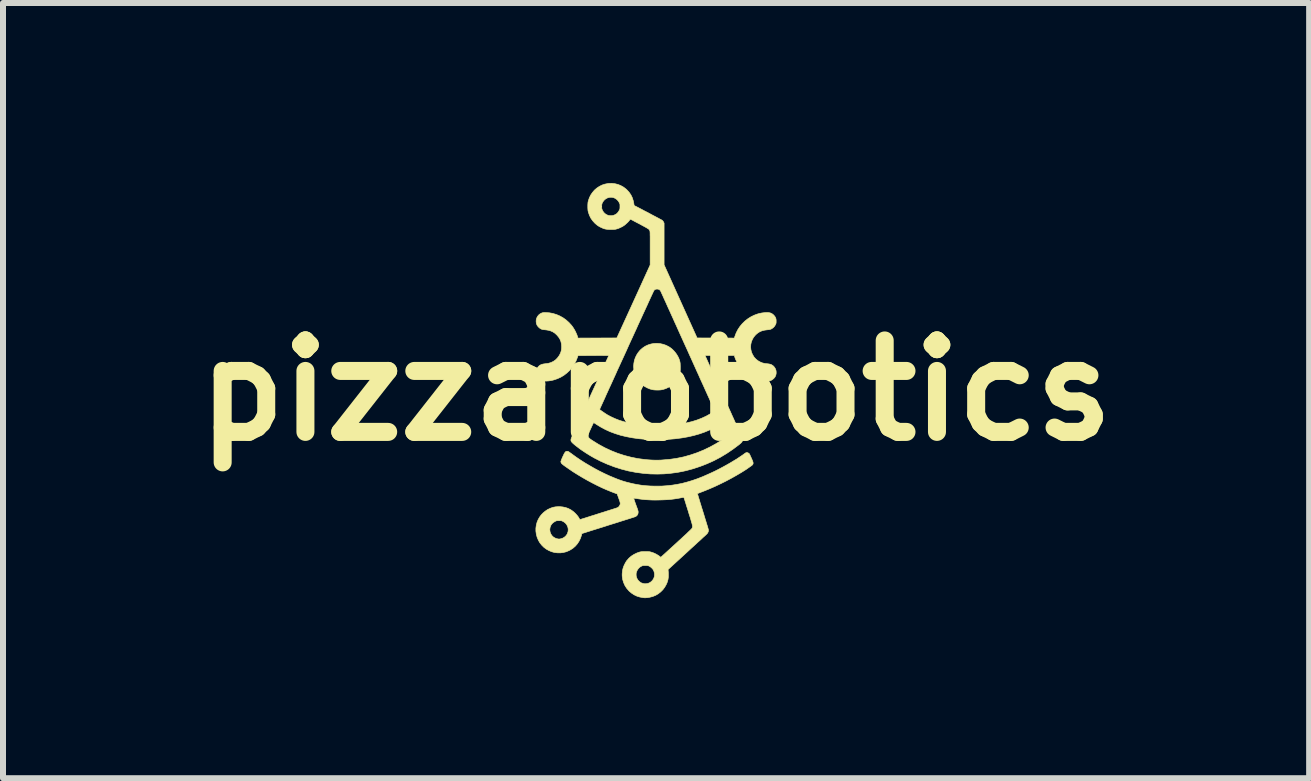
<source format=kicad_pcb>
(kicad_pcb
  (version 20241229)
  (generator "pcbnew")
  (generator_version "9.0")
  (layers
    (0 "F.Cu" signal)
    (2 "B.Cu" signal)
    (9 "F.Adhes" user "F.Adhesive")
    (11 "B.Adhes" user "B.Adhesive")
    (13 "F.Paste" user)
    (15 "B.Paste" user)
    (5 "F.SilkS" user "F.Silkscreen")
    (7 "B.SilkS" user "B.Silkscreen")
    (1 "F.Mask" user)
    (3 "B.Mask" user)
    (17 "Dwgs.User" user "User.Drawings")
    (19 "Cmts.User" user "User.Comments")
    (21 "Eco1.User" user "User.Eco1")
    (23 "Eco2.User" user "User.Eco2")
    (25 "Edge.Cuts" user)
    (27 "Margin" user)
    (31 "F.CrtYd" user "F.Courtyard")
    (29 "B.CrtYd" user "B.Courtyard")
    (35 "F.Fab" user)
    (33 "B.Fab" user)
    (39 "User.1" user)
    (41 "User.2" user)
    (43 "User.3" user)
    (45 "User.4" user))
  (footprint "pizzarobotics"
    (layer "F.Cu")
    (at 7.881 3.457)
    (property "Reference" "pizzarobotics" (at 0 0 0) (layer "F.SilkS") (effects (font (size 1.524 1.524) (thickness 0.3))))
    (attr through_hole)
    (fp_poly (pts (xy 0.066 -0.782) (xy 0.116 -0.771) (xy 0.166 -0.754) (xy 0.213 -0.73) (xy 0.229 -0.72) (xy 0.26 -0.697) (xy 0.29 -0.669) (xy 0.319 -0.636) (xy 0.344 -0.602) (xy 0.365 -0.566) (xy 0.376 -0.544) (xy 0.386 -0.519) (xy 0.393 -0.498) (xy 0.398 -0.478) (xy 0.402 -0.457) (xy 0.403 -0.433) (xy 0.404 -0.405) (xy 0.404 -0.388) (xy 0.404 -0.364) (xy 0.404 -0.345) (xy 0.403 -0.331) (xy 0.402 -0.319) (xy 0.4 -0.309) (xy 0.397 -0.298) (xy 0.394 -0.288) (xy 0.375 -0.237) (xy 0.351 -0.19) (xy 0.321 -0.147) (xy 0.286 -0.11) (xy 0.246 -0.077) (xy 0.201 -0.05) (xy 0.198 -0.049) (xy 0.161 -0.032) (xy 0.121 -0.019) (xy 0.083 -0.011) (xy 0.063 -0.009) (xy 0.039 -0.008) (xy 0.012 -0.008) (xy -0.015 -0.009) (xy -0.038 -0.011) (xy -0.05 -0.013) (xy -0.1 -0.025) (xy -0.148 -0.045) (xy -0.194 -0.07) (xy -0.236 -0.102) (xy -0.274 -0.138) (xy -0.295 -0.163) (xy -0.317 -0.198) (xy -0.337 -0.237) (xy -0.353 -0.279) (xy -0.356 -0.29) (xy 0.034 -0.29) (xy 0.04 -0.266) (xy 0.052 -0.244) (xy 0.062 -0.233) (xy 0.082 -0.217) (xy 0.105 -0.206) (xy 0.13 -0.203) (xy 0.154 -0.206) (xy 0.169 -0.212) (xy 0.188 -0.224) (xy 0.205 -0.242) (xy 0.217 -0.263) (xy 0.224 -0.285) (xy 0.225 -0.298) (xy 0.222 -0.319) (xy 0.213 -0.341) (xy 0.199 -0.36) (xy 0.197 -0.363) (xy 0.18 -0.377) (xy 0.164 -0.386) (xy 0.146 -0.391) (xy 0.13 -0.392) (xy 0.104 -0.388) (xy 0.08 -0.379) (xy 0.06 -0.363) (xy 0.057 -0.359) (xy 0.042 -0.337) (xy 0.035 -0.314) (xy 0.034 -0.29) (xy -0.356 -0.29) (xy -0.365 -0.323) (xy -0.37 -0.35) (xy -0.374 -0.4) (xy -0.37 -0.451) (xy -0.361 -0.5) (xy -0.345 -0.548) (xy -0.323 -0.593) (xy -0.296 -0.635) (xy -0.264 -0.673) (xy -0.227 -0.706) (xy -0.223 -0.709) (xy -0.18 -0.738) (xy -0.133 -0.76) (xy -0.085 -0.775) (xy -0.035 -0.784) (xy 0.015 -0.786) (xy 0.066 -0.782)) (stroke (width 0.01) (type solid)) (fill yes) (layer "F.SilkS"))
    (fp_poly (pts (xy -1.475 1.013) (xy -1.469 1.013) (xy -1.463 1.016) (xy -1.456 1.02) (xy -1.446 1.026) (xy -1.433 1.036) (xy -1.415 1.048) (xy -1.402 1.058) (xy -1.332 1.109) (xy -1.258 1.159) (xy -1.181 1.208) (xy -1.101 1.255) (xy -1.021 1.301) (xy -0.94 1.344) (xy -0.859 1.384) (xy -0.779 1.421) (xy -0.7 1.454) (xy -0.625 1.484) (xy -0.552 1.509) (xy -0.484 1.529) (xy -0.475 1.531) (xy -0.394 1.551) (xy -0.318 1.566) (xy -0.244 1.578) (xy -0.169 1.586) (xy -0.093 1.591) (xy -0.013 1.593) (xy 0.011 1.593) (xy 0.098 1.592) (xy 0.183 1.586) (xy 0.267 1.577) (xy 0.349 1.564) (xy 0.431 1.548) (xy 0.515 1.526) (xy 0.599 1.501) (xy 0.686 1.471) (xy 0.776 1.436) (xy 0.869 1.395) (xy 0.929 1.368) (xy 0.988 1.34) (xy 1.049 1.309) (xy 1.111 1.276) (xy 1.173 1.242) (xy 1.233 1.208) (xy 1.291 1.173) (xy 1.346 1.14) (xy 1.395 1.107) (xy 1.44 1.077) (xy 1.442 1.075) (xy 1.462 1.061) (xy 1.477 1.05) (xy 1.487 1.043) (xy 1.495 1.038) (xy 1.501 1.036) (xy 1.506 1.034) (xy 1.511 1.034) (xy 1.512 1.034) (xy 1.527 1.036) (xy 1.541 1.043) (xy 1.552 1.051) (xy 1.554 1.054) (xy 1.557 1.059) (xy 1.563 1.07) (xy 1.57 1.086) (xy 1.578 1.104) (xy 1.588 1.125) (xy 1.589 1.127) (xy 1.601 1.155) (xy 1.61 1.177) (xy 1.616 1.195) (xy 1.618 1.21) (xy 1.616 1.222) (xy 1.611 1.232) (xy 1.602 1.243) (xy 1.588 1.254) (xy 1.572 1.265) (xy 1.501 1.315) (xy 1.423 1.364) (xy 1.34 1.413) (xy 1.253 1.462) (xy 1.163 1.51) (xy 1.072 1.555) (xy 0.979 1.599) (xy 0.887 1.639) (xy 0.796 1.676) (xy 0.757 1.691) (xy 0.736 1.699) (xy 0.718 1.706) (xy 0.704 1.712) (xy 0.694 1.716) (xy 0.69 1.719) (xy 0.69 1.719) (xy 0.691 1.723) (xy 0.694 1.733) (xy 0.699 1.749) (xy 0.705 1.771) (xy 0.713 1.797) (xy 0.723 1.828) (xy 0.733 1.863) (xy 0.745 1.901) (xy 0.757 1.942) (xy 0.771 1.985) (xy 0.78 2.014) (xy 0.794 2.059) (xy 0.807 2.102) (xy 0.819 2.142) (xy 0.831 2.18) (xy 0.841 2.214) (xy 0.851 2.245) (xy 0.859 2.271) (xy 0.865 2.292) (xy 0.869 2.307) (xy 0.872 2.317) (xy 0.873 2.319) (xy 0.873 2.336) (xy 0.869 2.355) (xy 0.86 2.372) (xy 0.852 2.384) (xy 0.848 2.388) (xy 0.839 2.397) (xy 0.825 2.41) (xy 0.807 2.427) (xy 0.784 2.447) (xy 0.759 2.471) (xy 0.73 2.498) (xy 0.697 2.527) (xy 0.663 2.559) (xy 0.626 2.593) (xy 0.587 2.628) (xy 0.547 2.665) (xy 0.52 2.69) (xy 0.2 2.983) (xy 0.202 3) (xy 0.203 3.01) (xy 0.204 3.025) (xy 0.205 3.044) (xy 0.205 3.065) (xy 0.205 3.073) (xy 0.205 3.097) (xy 0.204 3.116) (xy 0.202 3.131) (xy 0.2 3.145) (xy 0.197 3.159) (xy 0.196 3.16) (xy 0.184 3.201) (xy 0.167 3.238) (xy 0.146 3.274) (xy 0.146 3.275) (xy 0.114 3.318) (xy 0.077 3.355) (xy 0.036 3.387) (xy -0.008 3.413) (xy -0.056 3.432) (xy -0.107 3.445) (xy -0.144 3.451) (xy -0.161 3.452) (xy -0.174 3.453) (xy -0.184 3.454) (xy -0.187 3.454) (xy -0.192 3.453) (xy -0.202 3.452) (xy -0.216 3.451) (xy -0.219 3.45) (xy -0.27 3.441) (xy -0.319 3.426) (xy -0.365 3.404) (xy -0.409 3.375) (xy -0.448 3.342) (xy -0.456 3.333) (xy -0.491 3.292) (xy -0.519 3.248) (xy -0.54 3.201) (xy -0.555 3.152) (xy -0.563 3.102) (xy -0.564 3.074) (xy -0.332 3.074) (xy -0.328 3.104) (xy -0.317 3.132) (xy -0.301 3.159) (xy -0.28 3.181) (xy -0.255 3.2) (xy -0.245 3.205) (xy -0.215 3.215) (xy -0.186 3.22) (xy -0.156 3.218) (xy -0.132 3.213) (xy -0.106 3.202) (xy -0.081 3.185) (xy -0.059 3.163) (xy -0.042 3.137) (xy -0.039 3.131) (xy -0.029 3.103) (xy -0.025 3.073) (xy -0.027 3.042) (xy -0.035 3.012) (xy -0.046 2.988) (xy -0.058 2.971) (xy -0.075 2.954) (xy -0.093 2.939) (xy -0.112 2.927) (xy -0.115 2.925) (xy -0.125 2.921) (xy -0.134 2.918) (xy -0.144 2.917) (xy -0.157 2.916) (xy -0.175 2.916) (xy -0.178 2.916) (xy -0.196 2.916) (xy -0.21 2.916) (xy -0.22 2.918) (xy -0.229 2.92) (xy -0.239 2.925) (xy -0.244 2.927) (xy -0.272 2.944) (xy -0.295 2.967) (xy -0.313 2.994) (xy -0.326 3.024) (xy -0.331 3.044) (xy -0.332 3.074) (xy -0.564 3.074) (xy -0.564 3.05) (xy -0.558 2.997) (xy -0.551 2.966) (xy -0.544 2.944) (xy -0.534 2.918) (xy -0.521 2.891) (xy -0.507 2.865) (xy -0.493 2.842) (xy -0.487 2.834) (xy -0.452 2.794) (xy -0.413 2.76) (xy -0.368 2.731) (xy -0.319 2.707) (xy -0.281 2.694) (xy -0.269 2.69) (xy -0.258 2.688) (xy -0.248 2.686) (xy -0.235 2.685) (xy -0.22 2.684) (xy -0.2 2.684) (xy -0.181 2.684) (xy -0.155 2.684) (xy -0.135 2.684) (xy -0.12 2.685) (xy -0.107 2.686) (xy -0.095 2.689) (xy -0.089 2.69) (xy -0.043 2.705) (xy -0.000131 2.725) (xy 0.039 2.748) (xy 0.06 2.763) (xy 0.079 2.779) (xy 0.337 2.544) (xy 0.381 2.503) (xy 0.421 2.467) (xy 0.455 2.435) (xy 0.486 2.407) (xy 0.512 2.383) (xy 0.533 2.362) (xy 0.552 2.344) (xy 0.567 2.33) (xy 0.579 2.318) (xy 0.588 2.309) (xy 0.594 2.302) (xy 0.598 2.297) (xy 0.601 2.293) (xy 0.601 2.293) (xy 0.603 2.287) (xy 0.605 2.281) (xy 0.607 2.274) (xy 0.607 2.267) (xy 0.607 2.258) (xy 0.605 2.248) (xy 0.603 2.234) (xy 0.599 2.218) (xy 0.593 2.198) (xy 0.586 2.174) (xy 0.578 2.145) (xy 0.568 2.111) (xy 0.555 2.072) (xy 0.541 2.026) (xy 0.536 2.009) (xy 0.524 1.97) (xy 0.512 1.933) (xy 0.501 1.898) (xy 0.492 1.867) (xy 0.483 1.84) (xy 0.476 1.817) (xy 0.47 1.799) (xy 0.466 1.786) (xy 0.464 1.78) (xy 0.463 1.779) (xy 0.46 1.78) (xy 0.45 1.781) (xy 0.436 1.783) (xy 0.419 1.787) (xy 0.419 1.787) (xy 0.359 1.798) (xy 0.3 1.807) (xy 0.241 1.814) (xy 0.18 1.819) (xy 0.114 1.822) (xy 0.05 1.824) (xy -0.015 1.825) (xy -0.074 1.824) (xy -0.13 1.821) (xy -0.184 1.818) (xy -0.237 1.812) (xy -0.291 1.805) (xy -0.326 1.799) (xy -0.343 1.797) (xy -0.358 1.795) (xy -0.368 1.794) (xy -0.373 1.794) (xy -0.373 1.794) (xy -0.372 1.798) (xy -0.369 1.807) (xy -0.364 1.822) (xy -0.358 1.841) (xy -0.35 1.864) (xy -0.341 1.889) (xy -0.336 1.903) (xy -0.325 1.933) (xy -0.316 1.957) (xy -0.309 1.976) (xy -0.305 1.991) (xy -0.301 2.002) (xy -0.299 2.011) (xy -0.298 2.019) (xy -0.298 2.025) (xy -0.298 2.032) (xy -0.298 2.033) (xy -0.302 2.056) (xy -0.312 2.075) (xy -0.327 2.091) (xy -0.349 2.103) (xy -0.357 2.106) (xy -0.364 2.108) (xy -0.376 2.112) (xy -0.394 2.118) (xy -0.417 2.125) (xy -0.443 2.134) (xy -0.473 2.143) (xy -0.505 2.153) (xy -0.533 2.162) (xy -0.588 2.179) (xy -0.643 2.197) (xy -0.698 2.214) (xy -0.753 2.231) (xy -0.807 2.248) (xy -0.859 2.265) (xy -0.91 2.281) (xy -0.958 2.296) (xy -1.003 2.31) (xy -1.045 2.323) (xy -1.084 2.335) (xy -1.117 2.346) (xy -1.147 2.355) (xy -1.17 2.363) (xy -1.189 2.369) (xy -1.2 2.372) (xy -1.203 2.373) (xy -1.236 2.384) (xy -1.243 2.414) (xy -1.26 2.464) (xy -1.283 2.511) (xy -1.311 2.554) (xy -1.345 2.593) (xy -1.384 2.627) (xy -1.427 2.655) (xy -1.45 2.667) (xy -1.498 2.687) (xy -1.547 2.699) (xy -1.596 2.705) (xy -1.646 2.704) (xy -1.694 2.698) (xy -1.741 2.685) (xy -1.786 2.666) (xy -1.829 2.642) (xy -1.869 2.612) (xy -1.904 2.577) (xy -1.936 2.537) (xy -1.962 2.492) (xy -1.962 2.491) (xy -1.982 2.443) (xy -1.995 2.394) (xy -2.002 2.343) (xy -2.002 2.311) (xy -1.77 2.311) (xy -1.77 2.33) (xy -1.764 2.362) (xy -1.752 2.391) (xy -1.735 2.417) (xy -1.713 2.439) (xy -1.686 2.456) (xy -1.657 2.468) (xy -1.625 2.474) (xy -1.619 2.474) (xy -1.609 2.474) (xy -1.596 2.472) (xy -1.582 2.469) (xy -1.553 2.459) (xy -1.526 2.443) (xy -1.503 2.422) (xy -1.484 2.397) (xy -1.478 2.385) (xy -1.467 2.354) (xy -1.463 2.322) (xy -1.466 2.29) (xy -1.475 2.261) (xy -1.49 2.233) (xy -1.51 2.209) (xy -1.536 2.189) (xy -1.552 2.18) (xy -1.563 2.175) (xy -1.572 2.171) (xy -1.582 2.169) (xy -1.593 2.168) (xy -1.609 2.168) (xy -1.617 2.168) (xy -1.634 2.168) (xy -1.647 2.169) (xy -1.657 2.17) (xy -1.666 2.173) (xy -1.677 2.178) (xy -1.684 2.182) (xy -1.713 2.2) (xy -1.736 2.222) (xy -1.754 2.249) (xy -1.765 2.279) (xy -1.77 2.311) (xy -2.002 2.311) (xy -2.002 2.293) (xy -1.995 2.242) (xy -1.982 2.193) (xy -1.962 2.146) (xy -1.937 2.104) (xy -1.912 2.071) (xy -1.88 2.038) (xy -1.846 2.01) (xy -1.811 1.986) (xy -1.802 1.981) (xy -1.759 1.961) (xy -1.717 1.946) (xy -1.674 1.938) (xy -1.628 1.935) (xy -1.602 1.935) (xy -1.552 1.94) (xy -1.506 1.95) (xy -1.463 1.965) (xy -1.421 1.987) (xy -1.403 1.999) (xy -1.372 2.022) (xy -1.342 2.05) (xy -1.316 2.079) (xy -1.293 2.109) (xy -1.279 2.134) (xy -1.273 2.144) (xy -1.268 2.149) (xy -1.265 2.15) (xy -1.26 2.148) (xy -1.25 2.145) (xy -1.235 2.14) (xy -1.215 2.134) (xy -1.189 2.126) (xy -1.158 2.116) (xy -1.12 2.104) (xy -1.077 2.09) (xy -1.028 2.075) (xy -0.972 2.057) (xy -0.909 2.037) (xy -0.867 2.024) (xy -0.827 2.011) (xy -0.789 1.999) (xy -0.754 1.988) (xy -0.722 1.978) (xy -0.695 1.969) (xy -0.672 1.962) (xy -0.655 1.956) (xy -0.643 1.952) (xy -0.638 1.95) (xy -0.638 1.95) (xy -0.624 1.94) (xy -0.612 1.925) (xy -0.602 1.907) (xy -0.598 1.896) (xy -0.597 1.889) (xy -0.596 1.881) (xy -0.597 1.874) (xy -0.599 1.864) (xy -0.602 1.852) (xy -0.607 1.836) (xy -0.614 1.816) (xy -0.623 1.791) (xy -0.629 1.774) (xy -0.648 1.722) (xy -0.677 1.712) (xy -0.748 1.685) (xy -0.824 1.654) (xy -0.903 1.619) (xy -0.984 1.58) (xy -1.066 1.538) (xy -1.148 1.494) (xy -1.23 1.447) (xy -1.31 1.399) (xy -1.388 1.35) (xy -1.461 1.3) (xy -1.531 1.251) (xy -1.536 1.247) (xy -1.555 1.232) (xy -1.569 1.22) (xy -1.578 1.209) (xy -1.583 1.198) (xy -1.586 1.188) (xy -1.586 1.183) (xy -1.584 1.177) (xy -1.58 1.165) (xy -1.574 1.149) (xy -1.566 1.129) (xy -1.557 1.108) (xy -1.555 1.104) (xy -1.542 1.077) (xy -1.532 1.055) (xy -1.522 1.039) (xy -1.514 1.027) (xy -1.507 1.02) (xy -1.499 1.015) (xy -1.49 1.013) (xy -1.481 1.012) (xy -1.475 1.013)) (stroke (width 0.01) (type solid)) (fill yes) (layer "F.SilkS"))
    (fp_poly (pts (xy -0.685 -3.446) (xy -0.635 -3.434) (xy -0.588 -3.415) (xy -0.543 -3.39) (xy -0.501 -3.358) (xy -0.482 -3.34) (xy -0.447 -3.301) (xy -0.418 -3.258) (xy -0.396 -3.213) (xy -0.38 -3.163) (xy -0.369 -3.11) (xy -0.368 -3.102) (xy -0.366 -3.09) (xy -0.364 -3.083) (xy -0.362 -3.081) (xy -0.358 -3.079) (xy -0.348 -3.074) (xy -0.333 -3.067) (xy -0.314 -3.057) (xy -0.291 -3.045) (xy -0.264 -3.031) (xy -0.235 -3.016) (xy -0.204 -2.999) (xy -0.171 -2.982) (xy -0.137 -2.965) (xy -0.104 -2.947) (xy -0.071 -2.929) (xy -0.039 -2.912) (xy -0.008 -2.896) (xy 0.02 -2.881) (xy 0.045 -2.868) (xy 0.066 -2.856) (xy 0.084 -2.847) (xy 0.096 -2.84) (xy 0.103 -2.836) (xy 0.104 -2.835) (xy 0.112 -2.827) (xy 0.121 -2.815) (xy 0.125 -2.808) (xy 0.134 -2.789) (xy 0.134 -2.095) (xy 0.684 -0.876) (xy 0.994 -0.875) (xy 1.304 -0.874) (xy 1.315 -0.906) (xy 1.336 -0.962) (xy 1.364 -1.016) (xy 1.398 -1.067) (xy 1.437 -1.114) (xy 1.481 -1.157) (xy 1.529 -1.195) (xy 1.581 -1.228) (xy 1.636 -1.255) (xy 1.684 -1.273) (xy 1.722 -1.284) (xy 1.762 -1.292) (xy 1.801 -1.297) (xy 1.838 -1.3) (xy 1.87 -1.299) (xy 1.881 -1.298) (xy 1.91 -1.291) (xy 1.937 -1.277) (xy 1.96 -1.258) (xy 1.98 -1.234) (xy 1.99 -1.217) (xy 1.995 -1.204) (xy 1.998 -1.194) (xy 2 -1.184) (xy 2.001 -1.171) (xy 2.001 -1.156) (xy 2.001 -1.138) (xy 2 -1.126) (xy 1.998 -1.116) (xy 1.994 -1.106) (xy 1.989 -1.096) (xy 1.975 -1.072) (xy 1.955 -1.05) (xy 1.932 -1.033) (xy 1.917 -1.024) (xy 1.905 -1.02) (xy 1.892 -1.016) (xy 1.875 -1.014) (xy 1.855 -1.012) (xy 1.809 -1.006) (xy 1.768 -0.996) (xy 1.731 -0.981) (xy 1.698 -0.961) (xy 1.667 -0.935) (xy 1.654 -0.922) (xy 1.625 -0.887) (xy 1.604 -0.849) (xy 1.588 -0.809) (xy 1.579 -0.768) (xy 1.576 -0.725) (xy 1.58 -0.683) (xy 1.59 -0.641) (xy 1.607 -0.601) (xy 1.63 -0.563) (xy 1.636 -0.554) (xy 1.665 -0.523) (xy 1.699 -0.496) (xy 1.736 -0.475) (xy 1.776 -0.459) (xy 1.817 -0.45) (xy 1.836 -0.448) (xy 1.866 -0.445) (xy 1.89 -0.441) (xy 1.91 -0.436) (xy 1.924 -0.43) (xy 1.95 -0.413) (xy 1.971 -0.391) (xy 1.987 -0.366) (xy 1.998 -0.338) (xy 2.002 -0.309) (xy 2.001 -0.279) (xy 1.994 -0.25) (xy 1.981 -0.224) (xy 1.961 -0.2) (xy 1.936 -0.18) (xy 1.916 -0.169) (xy 1.906 -0.165) (xy 1.898 -0.161) (xy 1.89 -0.16) (xy 1.879 -0.159) (xy 1.866 -0.158) (xy 1.847 -0.158) (xy 1.843 -0.158) (xy 1.783 -0.162) (xy 1.722 -0.173) (xy 1.663 -0.192) (xy 1.605 -0.217) (xy 1.549 -0.248) (xy 1.534 -0.258) (xy 1.512 -0.275) (xy 1.488 -0.295) (xy 1.462 -0.319) (xy 1.438 -0.344) (xy 1.415 -0.369) (xy 1.396 -0.393) (xy 1.387 -0.405) (xy 1.371 -0.43) (xy 1.356 -0.458) (xy 1.341 -0.488) (xy 1.327 -0.517) (xy 1.317 -0.543) (xy 1.313 -0.555) (xy 1.304 -0.584) (xy 1.061 -0.584) (xy 0.817 -0.584) (xy 0.823 -0.569) (xy 0.826 -0.564) (xy 0.831 -0.552) (xy 0.839 -0.535) (xy 0.849 -0.512) (xy 0.861 -0.485) (xy 0.876 -0.452) (xy 0.892 -0.416) (xy 0.91 -0.375) (xy 0.93 -0.331) (xy 0.951 -0.285) (xy 0.974 -0.235) (xy 0.997 -0.183) (xy 1.021 -0.13) (xy 1.046 -0.074) (xy 1.072 -0.018) (xy 1.097 0.039) (xy 1.123 0.096) (xy 1.149 0.153) (xy 1.174 0.209) (xy 1.199 0.265) (xy 1.224 0.319) (xy 1.248 0.372) (xy 1.27 0.422) (xy 1.292 0.47) (xy 1.312 0.515) (xy 1.331 0.557) (xy 1.349 0.595) (xy 1.364 0.629) (xy 1.377 0.659) (xy 1.388 0.683) (xy 1.397 0.703) (xy 1.404 0.716) (xy 1.404 0.718) (xy 1.419 0.75) (xy 1.43 0.776) (xy 1.437 0.798) (xy 1.441 0.815) (xy 1.442 0.83) (xy 1.438 0.844) (xy 1.431 0.856) (xy 1.42 0.869) (xy 1.405 0.883) (xy 1.386 0.899) (xy 1.384 0.901) (xy 1.284 0.976) (xy 1.181 1.046) (xy 1.073 1.111) (xy 0.963 1.169) (xy 0.849 1.22) (xy 0.733 1.265) (xy 0.615 1.304) (xy 0.496 1.336) (xy 0.374 1.361) (xy 0.343 1.366) (xy 0.236 1.38) (xy 0.13 1.389) (xy 0.023 1.392) (xy -0.087 1.39) (xy -0.093 1.39) (xy -0.214 1.38) (xy -0.335 1.364) (xy -0.456 1.341) (xy -0.575 1.31) (xy -0.692 1.273) (xy -0.808 1.229) (xy -0.921 1.179) (xy -1.032 1.122) (xy -1.056 1.108) (xy -1.093 1.087) (xy -1.13 1.064) (xy -1.167 1.041) (xy -1.203 1.017) (xy -1.239 0.993) (xy -1.273 0.969) (xy -1.304 0.945) (xy -1.333 0.923) (xy -1.358 0.903) (xy -1.38 0.884) (xy -1.397 0.868) (xy -1.409 0.854) (xy -1.415 0.844) (xy -1.415 0.843) (xy -1.417 0.837) (xy -1.418 0.832) (xy -1.418 0.825) (xy -1.418 0.818) (xy -1.416 0.809) (xy -1.413 0.798) (xy -1.408 0.784) (xy -1.401 0.768) (xy -1.394 0.749) (xy -1.13 0.749) (xy -1.13 0.762) (xy -1.128 0.772) (xy -1.123 0.782) (xy -1.116 0.791) (xy -1.105 0.802) (xy -1.09 0.813) (xy -1.07 0.827) (xy -1.056 0.836) (xy -0.956 0.898) (xy -0.853 0.954) (xy -0.747 1.003) (xy -0.639 1.046) (xy -0.528 1.082) (xy -0.416 1.111) (xy -0.303 1.134) (xy -0.189 1.149) (xy -0.138 1.154) (xy -0.094 1.157) (xy -0.056 1.159) (xy -0.022 1.16) (xy 0.011 1.16) (xy 0.044 1.16) (xy 0.079 1.159) (xy 0.105 1.157) (xy 0.225 1.147) (xy 0.343 1.13) (xy 0.459 1.106) (xy 0.573 1.074) (xy 0.685 1.036) (xy 0.795 0.991) (xy 0.903 0.939) (xy 1.008 0.881) (xy 1.093 0.827) (xy 1.114 0.812) (xy 1.13 0.8) (xy 1.142 0.79) (xy 1.149 0.78) (xy 1.153 0.769) (xy 1.155 0.758) (xy 1.155 0.749) (xy 1.155 0.743) (xy 1.154 0.736) (xy 1.151 0.727) (xy 1.147 0.715) (xy 1.141 0.7) (xy 1.132 0.68) (xy 1.121 0.655) (xy 1.116 0.644) (xy 1.106 0.621) (xy 1.096 0.6) (xy 1.088 0.582) (xy 1.082 0.568) (xy 1.078 0.559) (xy 1.076 0.556) (xy 1.073 0.558) (xy 1.065 0.563) (xy 1.053 0.57) (xy 1.039 0.579) (xy 1.038 0.579) (xy 0.965 0.622) (xy 0.887 0.66) (xy 0.805 0.694) (xy 0.718 0.724) (xy 0.626 0.75) (xy 0.529 0.772) (xy 0.426 0.79) (xy 0.318 0.804) (xy 0.212 0.813) (xy 0.188 0.815) (xy 0.157 0.816) (xy 0.122 0.817) (xy 0.084 0.817) (xy 0.043 0.818) (xy 0.002 0.818) (xy -0.038 0.817) (xy -0.077 0.817) (xy -0.112 0.816) (xy -0.143 0.815) (xy -0.169 0.814) (xy -0.174 0.813) (xy -0.286 0.803) (xy -0.392 0.788) (xy -0.493 0.769) (xy -0.589 0.746) (xy -0.679 0.718) (xy -0.765 0.686) (xy -0.846 0.649) (xy -0.922 0.608) (xy -0.995 0.563) (xy -0.999 0.56) (xy -1.014 0.55) (xy -1.027 0.542) (xy -1.036 0.537) (xy -1.041 0.536) (xy -1.041 0.536) (xy -1.044 0.54) (xy -1.048 0.55) (xy -1.055 0.564) (xy -1.064 0.583) (xy -1.074 0.604) (xy -1.085 0.629) (xy -1.087 0.633) (xy -1.1 0.661) (xy -1.11 0.683) (xy -1.117 0.701) (xy -1.123 0.714) (xy -1.126 0.724) (xy -1.129 0.733) (xy -1.13 0.74) (xy -1.13 0.747) (xy -1.13 0.749) (xy -1.394 0.749) (xy -1.393 0.747) (xy -1.382 0.723) (xy -1.369 0.693) (xy -1.353 0.659) (xy -1.335 0.618) (xy -1.323 0.591) (xy -1.31 0.563) (xy -1.294 0.528) (xy -1.276 0.488) (xy -1.255 0.444) (xy -1.233 0.395) (xy -1.209 0.342) (xy -1.196 0.314) (xy -0.94 0.314) (xy -0.937 0.318) (xy -0.932 0.323) (xy -0.9 0.346) (xy -0.872 0.365) (xy -0.849 0.381) (xy -0.827 0.395) (xy -0.806 0.408) (xy -0.785 0.419) (xy -0.763 0.431) (xy -0.751 0.437) (xy -0.684 0.468) (xy -0.613 0.496) (xy -0.539 0.519) (xy -0.46 0.539) (xy -0.377 0.555) (xy -0.288 0.569) (xy -0.193 0.579) (xy -0.093 0.585) (xy -0.083 0.586) (xy -0.068 0.586) (xy -0.046 0.586) (xy -0.019 0.586) (xy 0.011 0.586) (xy 0.043 0.586) (xy 0.076 0.585) (xy 0.108 0.584) (xy 0.139 0.584) (xy 0.167 0.583) (xy 0.19 0.582) (xy 0.208 0.581) (xy 0.209 0.581) (xy 0.314 0.571) (xy 0.414 0.557) (xy 0.508 0.539) (xy 0.597 0.518) (xy 0.681 0.492) (xy 0.759 0.462) (xy 0.833 0.428) (xy 0.903 0.389) (xy 0.94 0.366) (xy 0.979 0.34) (xy 0.962 0.302) (xy 0.954 0.285) (xy 0.945 0.264) (xy 0.932 0.236) (xy 0.918 0.204) (xy 0.901 0.167) (xy 0.883 0.126) (xy 0.862 0.08) (xy 0.84 0.031) (xy 0.816 -0.022) (xy 0.791 -0.078) (xy 0.764 -0.137) (xy 0.736 -0.198) (xy 0.708 -0.262) (xy 0.678 -0.327) (xy 0.648 -0.394) (xy 0.617 -0.463) (xy 0.586 -0.532) (xy 0.554 -0.602) (xy 0.523 -0.672) (xy 0.491 -0.742) (xy 0.459 -0.812) (xy 0.428 -0.881) (xy 0.397 -0.949) (xy 0.367 -1.016) (xy 0.338 -1.081) (xy 0.309 -1.144) (xy 0.282 -1.205) (xy 0.255 -1.264) (xy 0.23 -1.32) (xy 0.206 -1.372) (xy 0.184 -1.421) (xy 0.164 -1.466) (xy 0.145 -1.507) (xy 0.128 -1.544) (xy 0.114 -1.576) (xy 0.102 -1.602) (xy 0.092 -1.624) (xy 0.085 -1.639) (xy 0.081 -1.649) (xy 0.079 -1.652) (xy 0.07 -1.667) (xy 0.06 -1.677) (xy 0.053 -1.682) (xy 0.035 -1.689) (xy 0.015 -1.691) (xy -0.005 -1.688) (xy -0.022 -1.68) (xy -0.035 -1.667) (xy -0.035 -1.667) (xy -0.037 -1.662) (xy -0.042 -1.652) (xy -0.05 -1.636) (xy -0.06 -1.614) (xy -0.073 -1.587) (xy -0.088 -1.554) (xy -0.105 -1.517) (xy -0.124 -1.476) (xy -0.144 -1.431) (xy -0.167 -1.381) (xy -0.191 -1.329) (xy -0.217 -1.273) (xy -0.244 -1.214) (xy -0.272 -1.153) (xy -0.301 -1.09) (xy -0.33 -1.025) (xy -0.361 -0.958) (xy -0.392 -0.89) (xy -0.424 -0.821) (xy -0.456 -0.751) (xy -0.487 -0.681) (xy -0.519 -0.611) (xy -0.551 -0.541) (xy -0.583 -0.472) (xy -0.614 -0.404) (xy -0.645 -0.337) (xy -0.674 -0.271) (xy -0.703 -0.208) (xy -0.731 -0.146) (xy -0.758 -0.087) (xy -0.784 -0.031) (xy -0.808 0.022) (xy -0.831 0.072) (xy -0.851 0.118) (xy -0.87 0.16) (xy -0.887 0.197) (xy -0.902 0.23) (xy -0.915 0.258) (xy -0.925 0.281) (xy -0.933 0.298) (xy -0.938 0.309) (xy -0.94 0.314) (xy -0.94 0.314) (xy -1.196 0.314) (xy -1.184 0.287) (xy -1.157 0.229) (xy -1.13 0.17) (xy -1.103 0.109) (xy -1.075 0.048) (xy -1.047 -0.013) (xy -1.019 -0.074) (xy -1.01 -0.094) (xy -0.984 -0.15) (xy -0.96 -0.204) (xy -0.936 -0.256) (xy -0.913 -0.306) (xy -0.892 -0.352) (xy -0.872 -0.395) (xy -0.854 -0.435) (xy -0.838 -0.471) (xy -0.824 -0.502) (xy -0.812 -0.528) (xy -0.802 -0.55) (xy -0.795 -0.566) (xy -0.79 -0.576) (xy -0.788 -0.58) (xy -0.788 -0.58) (xy -0.789 -0.581) (xy -0.793 -0.581) (xy -0.8 -0.582) (xy -0.811 -0.583) (xy -0.827 -0.583) (xy -0.846 -0.583) (xy -0.871 -0.583) (xy -0.901 -0.584) (xy -0.937 -0.584) (xy -0.98 -0.584) (xy -1.029 -0.583) (xy -1.043 -0.583) (xy -1.3 -0.582) (xy -1.312 -0.547) (xy -1.335 -0.489) (xy -1.365 -0.434) (xy -1.4 -0.382) (xy -1.44 -0.335) (xy -1.485 -0.293) (xy -1.534 -0.255) (xy -1.587 -0.223) (xy -1.644 -0.197) (xy -1.703 -0.177) (xy -1.735 -0.169) (xy -1.762 -0.164) (xy -1.791 -0.16) (xy -1.819 -0.158) (xy -1.845 -0.157) (xy -1.867 -0.158) (xy -1.876 -0.159) (xy -1.908 -0.168) (xy -1.936 -0.183) (xy -1.96 -0.204) (xy -1.98 -0.23) (xy -1.986 -0.242) (xy -1.992 -0.255) (xy -1.995 -0.265) (xy -1.997 -0.276) (xy -1.997 -0.29) (xy -1.997 -0.301) (xy -1.997 -0.319) (xy -1.996 -0.332) (xy -1.994 -0.342) (xy -1.989 -0.353) (xy -1.988 -0.356) (xy -1.973 -0.384) (xy -1.955 -0.405) (xy -1.934 -0.422) (xy -1.909 -0.434) (xy -1.879 -0.442) (xy -1.842 -0.447) (xy -1.842 -0.447) (xy -1.795 -0.453) (xy -1.751 -0.466) (xy -1.711 -0.485) (xy -1.675 -0.51) (xy -1.644 -0.541) (xy -1.617 -0.577) (xy -1.602 -0.603) (xy -1.589 -0.632) (xy -1.58 -0.661) (xy -1.575 -0.691) (xy -1.573 -0.725) (xy -1.573 -0.729) (xy -1.576 -0.775) (xy -1.585 -0.816) (xy -1.601 -0.855) (xy -1.623 -0.89) (xy -1.652 -0.924) (xy -1.659 -0.931) (xy -1.688 -0.957) (xy -1.719 -0.977) (xy -1.752 -0.992) (xy -1.788 -1.003) (xy -1.83 -1.01) (xy -1.851 -1.012) (xy -1.871 -1.014) (xy -1.886 -1.016) (xy -1.898 -1.019) (xy -1.91 -1.023) (xy -1.917 -1.026) (xy -1.939 -1.04) (xy -1.96 -1.059) (xy -1.978 -1.081) (xy -1.985 -1.094) (xy -1.995 -1.123) (xy -1.998 -1.153) (xy -1.996 -1.182) (xy -1.987 -1.211) (xy -1.973 -1.237) (xy -1.954 -1.26) (xy -1.93 -1.279) (xy -1.92 -1.284) (xy -1.906 -1.291) (xy -1.894 -1.295) (xy -1.882 -1.298) (xy -1.868 -1.299) (xy -1.85 -1.299) (xy -1.838 -1.299) (xy -1.777 -1.295) (xy -1.718 -1.284) (xy -1.659 -1.266) (xy -1.603 -1.242) (xy -1.549 -1.212) (xy -1.499 -1.176) (xy -1.452 -1.134) (xy -1.409 -1.087) (xy -1.394 -1.067) (xy -1.378 -1.044) (xy -1.362 -1.018) (xy -1.346 -0.989) (xy -1.332 -0.959) (xy -1.32 -0.932) (xy -1.311 -0.907) (xy -1.31 -0.904) (xy -1.301 -0.874) (xy -0.977 -0.875) (xy -0.653 -0.876) (xy -0.375 -1.484) (xy -0.098 -2.092) (xy -0.098 -2.371) (xy -0.098 -2.423) (xy -0.098 -2.468) (xy -0.098 -2.507) (xy -0.098 -2.54) (xy -0.098 -2.568) (xy -0.099 -2.591) (xy -0.099 -2.609) (xy -0.099 -2.624) (xy -0.1 -2.636) (xy -0.101 -2.645) (xy -0.101 -2.652) (xy -0.102 -2.657) (xy -0.103 -2.661) (xy -0.104 -2.664) (xy -0.105 -2.665) (xy -0.112 -2.677) (xy -0.122 -2.689) (xy -0.124 -2.691) (xy -0.129 -2.694) (xy -0.139 -2.7) (xy -0.154 -2.709) (xy -0.173 -2.72) (xy -0.195 -2.732) (xy -0.219 -2.745) (xy -0.245 -2.759) (xy -0.272 -2.774) (xy -0.299 -2.788) (xy -0.326 -2.802) (xy -0.351 -2.815) (xy -0.373 -2.827) (xy -0.393 -2.838) (xy -0.41 -2.846) (xy -0.422 -2.852) (xy -0.428 -2.855) (xy -0.43 -2.855) (xy -0.441 -2.839) (xy -0.457 -2.819) (xy -0.476 -2.799) (xy -0.497 -2.78) (xy -0.517 -2.762) (xy -0.536 -2.748) (xy -0.537 -2.747) (xy -0.563 -2.731) (xy -0.594 -2.716) (xy -0.625 -2.702) (xy -0.655 -2.692) (xy -0.657 -2.692) (xy -0.669 -2.689) (xy -0.681 -2.686) (xy -0.693 -2.685) (xy -0.708 -2.684) (xy -0.727 -2.684) (xy -0.751 -2.683) (xy -0.753 -2.683) (xy -0.785 -2.684) (xy -0.813 -2.686) (xy -0.836 -2.689) (xy -0.858 -2.694) (xy -0.88 -2.701) (xy -0.904 -2.712) (xy -0.913 -2.716) (xy -0.942 -2.73) (xy -0.966 -2.745) (xy -0.988 -2.761) (xy -1.011 -2.781) (xy -1.021 -2.79) (xy -1.057 -2.83) (xy -1.087 -2.873) (xy -1.11 -2.92) (xy -1.127 -2.97) (xy -1.128 -2.971) (xy -1.131 -2.986) (xy -1.134 -2.999) (xy -1.135 -3.012) (xy -1.136 -3.027) (xy -1.137 -3.046) (xy -1.137 -3.066) (xy -1.137 -3.067) (xy -0.905 -3.067) (xy -0.905 -3.066) (xy -0.905 -3.048) (xy -0.904 -3.036) (xy -0.903 -3.026) (xy -0.899 -3.017) (xy -0.894 -3.005) (xy -0.892 -3) (xy -0.874 -2.971) (xy -0.851 -2.948) (xy -0.825 -2.93) (xy -0.796 -2.918) (xy -0.765 -2.913) (xy -0.732 -2.914) (xy -0.706 -2.92) (xy -0.676 -2.933) (xy -0.65 -2.951) (xy -0.629 -2.976) (xy -0.612 -3.004) (xy -0.607 -3.015) (xy -0.603 -3.025) (xy -0.602 -3.035) (xy -0.601 -3.048) (xy -0.601 -3.065) (xy -0.601 -3.066) (xy -0.601 -3.084) (xy -0.601 -3.097) (xy -0.603 -3.107) (xy -0.607 -3.117) (xy -0.612 -3.128) (xy -0.612 -3.129) (xy -0.629 -3.157) (xy -0.651 -3.181) (xy -0.677 -3.2) (xy -0.705 -3.213) (xy -0.735 -3.22) (xy -0.766 -3.22) (xy -0.776 -3.219) (xy -0.808 -3.21) (xy -0.837 -3.195) (xy -0.862 -3.174) (xy -0.883 -3.148) (xy -0.894 -3.129) (xy -0.899 -3.117) (xy -0.902 -3.107) (xy -0.904 -3.097) (xy -0.905 -3.085) (xy -0.905 -3.067) (xy -1.137 -3.067) (xy -1.137 -3.09) (xy -1.136 -3.108) (xy -1.135 -3.122) (xy -1.134 -3.135) (xy -1.131 -3.148) (xy -1.128 -3.161) (xy -1.111 -3.211) (xy -1.088 -3.258) (xy -1.059 -3.3) (xy -1.026 -3.339) (xy -0.988 -3.372) (xy -0.946 -3.4) (xy -0.901 -3.423) (xy -0.853 -3.439) (xy -0.802 -3.449) (xy -0.79 -3.451) (xy -0.737 -3.452) (xy -0.685 -3.446)) (stroke (width 0.01) (type solid)) (fill yes) (layer "F.SilkS")))
  (gr_rect
    (start -3 -3)
    (end 18.763 9.916)
    (stroke (width 0.1) (type default))
    (fill no)
    (layer "Edge.Cuts")))
</source>
